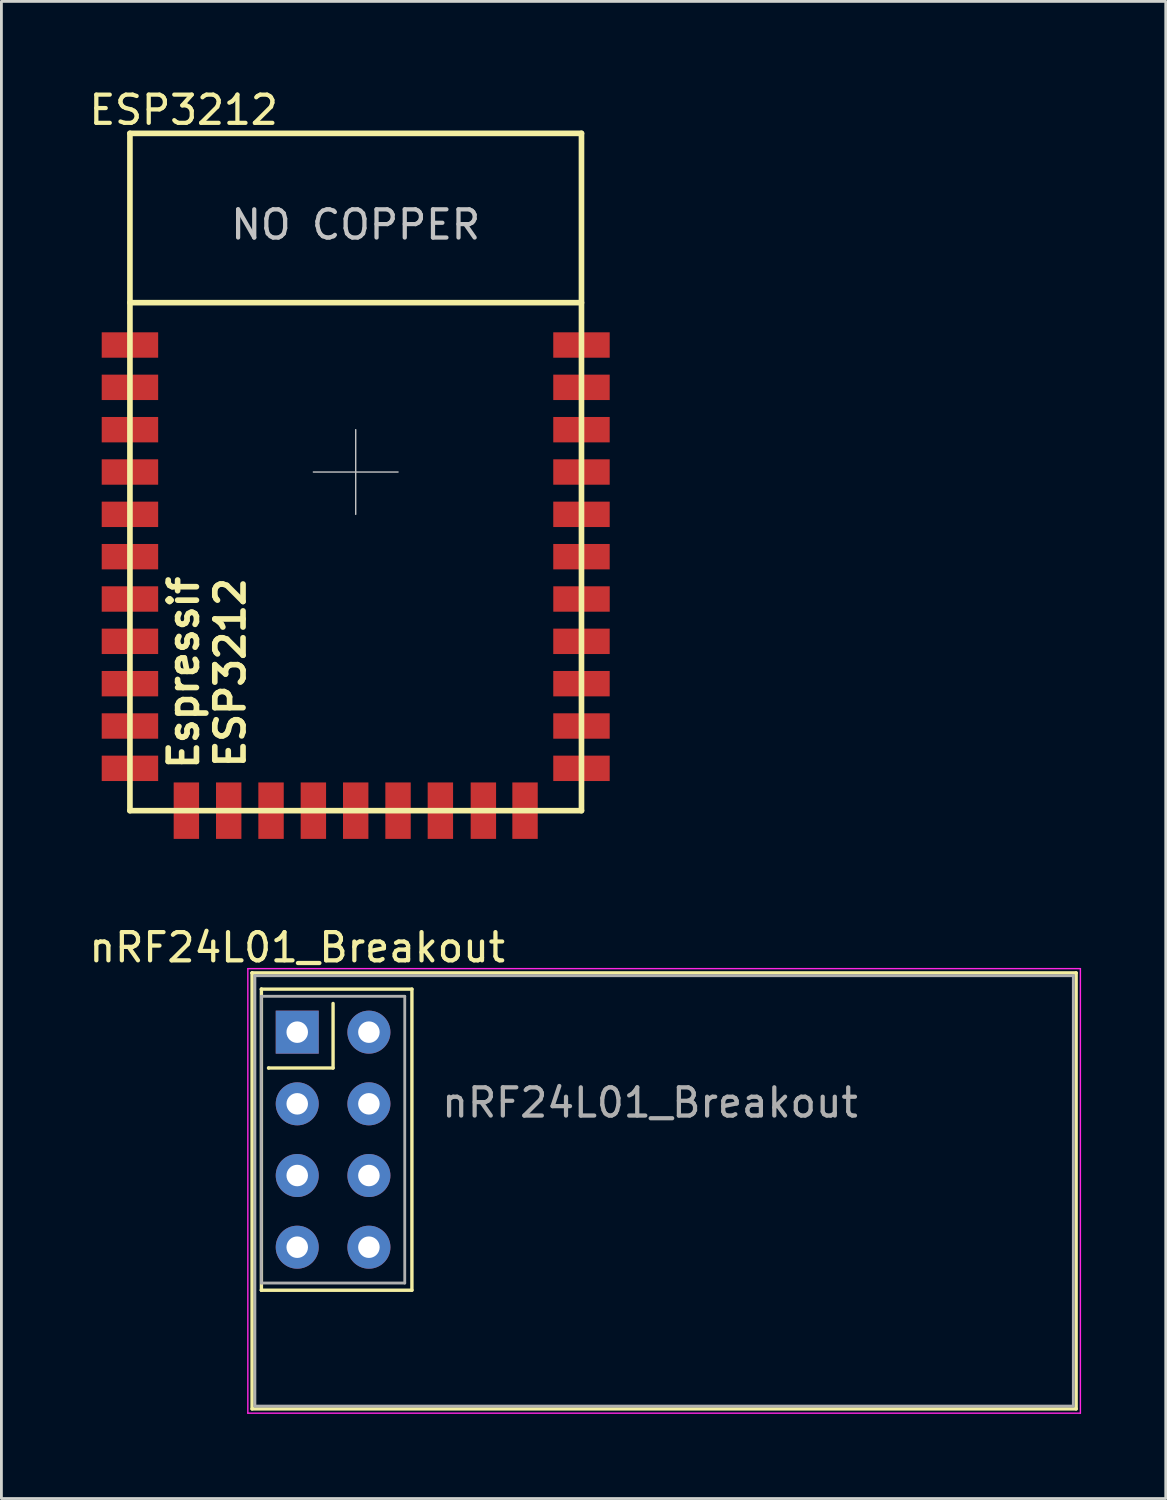
<source format=kicad_pcb>
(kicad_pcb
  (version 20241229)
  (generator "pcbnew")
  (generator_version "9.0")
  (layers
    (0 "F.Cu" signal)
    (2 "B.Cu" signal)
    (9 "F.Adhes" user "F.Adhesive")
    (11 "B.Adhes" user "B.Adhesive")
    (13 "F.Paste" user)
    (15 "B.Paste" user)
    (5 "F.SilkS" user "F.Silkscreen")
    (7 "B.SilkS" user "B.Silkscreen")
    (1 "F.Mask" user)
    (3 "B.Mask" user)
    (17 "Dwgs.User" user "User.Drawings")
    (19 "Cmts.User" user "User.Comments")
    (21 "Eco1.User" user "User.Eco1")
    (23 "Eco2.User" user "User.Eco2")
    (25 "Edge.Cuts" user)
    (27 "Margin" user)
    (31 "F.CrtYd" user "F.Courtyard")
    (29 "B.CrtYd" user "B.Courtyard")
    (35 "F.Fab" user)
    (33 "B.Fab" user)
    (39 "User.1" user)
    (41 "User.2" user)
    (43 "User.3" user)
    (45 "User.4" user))
  (footprint "nRF24L01_Breakout"
    (layer "F.Cu")
    (at 7.482 33.523)
    (property "Reference" "nRF24L01_Breakout" (at 0 -3 0) (layer "F.SilkS") (effects (font (size 1 1) (thickness 0.15))))
    (fp_line (start -1.6 -2.1) (end -1.6 -2.1) (stroke (width 0.12) (type solid)) (layer "F.SilkS"))
    (fp_line (start -1.6 -2.1) (end 27.6 -2.1) (stroke (width 0.12) (type solid)) (layer "F.SilkS"))
    (fp_line (start -1.6 13.35) (end -1.6 -2.1) (stroke (width 0.12) (type solid)) (layer "F.SilkS"))
    (fp_line (start -1.27 -1.524) (end -1.27 -1.524) (stroke (width 0.12) (type solid)) (layer "F.SilkS"))
    (fp_line (start -1.27 -1.524) (end 4.064 -1.524) (stroke (width 0.12) (type solid)) (layer "F.SilkS"))
    (fp_line (start -1.27 9.144) (end -1.27 -1.524) (stroke (width 0.12) (type solid)) (layer "F.SilkS"))
    (fp_line (start -1.27 9.144) (end -1.27 9.144) (stroke (width 0.12) (type solid)) (layer "F.SilkS"))
    (fp_line (start -1.016 1.27) (end -1.016 1.27) (stroke (width 0.12) (type solid)) (layer "F.SilkS"))
    (fp_line (start 1.27 -1.016) (end 1.27 1.27) (stroke (width 0.12) (type solid)) (layer "F.SilkS"))
    (fp_line (start 1.27 1.27) (end -1.016 1.27) (stroke (width 0.12) (type solid)) (layer "F.SilkS"))
    (fp_line (start 4.064 -1.524) (end 4.064 9.144) (stroke (width 0.12) (type solid)) (layer "F.SilkS"))
    (fp_line (start 4.064 9.144) (end -1.27 9.144) (stroke (width 0.12) (type solid)) (layer "F.SilkS"))
    (fp_line (start 27.6 -2.1) (end 27.6 13.35) (stroke (width 0.12) (type solid)) (layer "F.SilkS"))
    (fp_line (start 27.6 13.35) (end -1.6 13.35) (stroke (width 0.12) (type solid)) (layer "F.SilkS"))
    (fp_line (start -1.75 -2.25) (end -1.75 13.5) (stroke (width 0.05) (type solid)) (layer "F.CrtYd"))
    (fp_line (start -1.75 13.5) (end 27.75 13.5) (stroke (width 0.05) (type solid)) (layer "F.CrtYd"))
    (fp_line (start 27.75 -2.25) (end -1.75 -2.25) (stroke (width 0.05) (type solid)) (layer "F.CrtYd"))
    (fp_line (start 27.75 -2.25) (end 27.75 -2.25) (stroke (width 0.05) (type solid)) (layer "F.CrtYd"))
    (fp_line (start 27.75 13.5) (end 27.75 -2.25) (stroke (width 0.05) (type solid)) (layer "F.CrtYd"))
    (fp_line (start -1.5 -2) (end -1.5 -2) (stroke (width 0.1) (type solid)) (layer "F.Fab"))
    (fp_line (start -1.5 -2) (end 27.5 -2) (stroke (width 0.1) (type solid)) (layer "F.Fab"))
    (fp_line (start -1.5 13.25) (end -1.5 -2) (stroke (width 0.1) (type solid)) (layer "F.Fab"))
    (fp_line (start -1.27 -1.27) (end -1.27 -1.27) (stroke (width 0.1) (type solid)) (layer "F.Fab"))
    (fp_line (start -1.27 -1.27) (end 3.81 -1.27) (stroke (width 0.1) (type solid)) (layer "F.Fab"))
    (fp_line (start -1.27 8.89) (end -1.27 -1.27) (stroke (width 0.1) (type solid)) (layer "F.Fab"))
    (fp_line (start 3.81 -1.27) (end 3.81 8.89) (stroke (width 0.1) (type solid)) (layer "F.Fab"))
    (fp_line (start 3.81 8.89) (end -1.27 8.89) (stroke (width 0.1) (type solid)) (layer "F.Fab"))
    (fp_line (start 27.5 -2) (end 27.5 13.25) (stroke (width 0.1) (type solid)) (layer "F.Fab"))
    (fp_line (start 27.5 13.25) (end -1.5 13.25) (stroke (width 0.1) (type solid)) (layer "F.Fab"))
    (fp_text user "${REFERENCE}" (at 12.5 2.5 0) (layer "F.Fab") (effects (font (size 1 1) (thickness 0.15))))
    (pad "1" thru_hole rect (at 0 0) (size 1.524 1.524) (drill 0.762) (layers "*.Cu" "*.Mask"))
    (pad "2" thru_hole circle (at 2.54 0) (size 1.524 1.524) (drill 0.762) (layers "*.Cu" "*.Mask"))
    (pad "3" thru_hole circle (at 0 2.54) (size 1.524 1.524) (drill 0.762) (layers "*.Cu" "*.Mask"))
    (pad "4" thru_hole circle (at 2.54 2.54) (size 1.524 1.524) (drill 0.762) (layers "*.Cu" "*.Mask"))
    (pad "5" thru_hole circle (at 0 5.08) (size 1.524 1.524) (drill 0.762) (layers "*.Cu" "*.Mask"))
    (pad "6" thru_hole circle (at 2.54 5.08) (size 1.524 1.524) (drill 0.762) (layers "*.Cu" "*.Mask"))
    (pad "7" thru_hole circle (at 0 7.62) (size 1.524 1.524) (drill 0.762) (layers "*.Cu" "*.Mask"))
    (pad "8" thru_hole circle (at 2.54 7.62) (size 1.524 1.524) (drill 0.762) (layers "*.Cu" "*.Mask")))
  (footprint "ESP3212"
    (layer "F.Cu")
    (at 9.554 13.675)
    (property "Reference" "ESP3212" (at -6.096 -12.827 0) (layer "F.SilkS") (effects (font (size 1 1) (thickness 0.15))))
    (fp_line (start -8 -12) (end 8 -12) (stroke (width 0.2) (type solid)) (layer "F.SilkS"))
    (fp_line (start -8 -6) (end 8 -6) (stroke (width 0.2) (type solid)) (layer "F.SilkS"))
    (fp_line (start -8 12) (end -8 -12) (stroke (width 0.2) (type solid)) (layer "F.SilkS"))
    (fp_line (start 8 -12) (end 8 12) (stroke (width 0.2) (type solid)) (layer "F.SilkS"))
    (fp_line (start 8 12) (end -8 12) (stroke (width 0.2) (type solid)) (layer "F.SilkS"))
    (fp_line (start 0 -1.5) (end 0 1.5) (stroke (width 0.05) (type solid)) (layer "Dwgs.User"))
    (fp_line (start 1.5 0) (end -1.5 0) (stroke (width 0.05) (type solid)) (layer "Dwgs.User"))
    (fp_text user "Espressif" (at -6.096 7.112 90) (layer "F.SilkS") (effects (font (size 1 1) (thickness 0.2))))
    (fp_text user "ESP3212" (at -4.445 7.112 90) (layer "F.SilkS") (effects (font (size 1 1) (thickness 0.2))))
    (fp_text user "NO COPPER" (at 0 -8.763 0) (layer "Dwgs.User") (effects (font (size 1 1) (thickness 0.15))))
    (pad "1" smd rect (at -8 -4.5) (size 2 0.9) (layers "F.Cu" "F.Mask" "F.Paste"))
    (pad "2" smd rect (at -8 -3) (size 2 0.9) (layers "F.Cu" "F.Mask" "F.Paste"))
    (pad "3" smd rect (at -8 -1.5) (size 2 0.9) (layers "F.Cu" "F.Mask" "F.Paste"))
    (pad "4" smd rect (at -8 0) (size 2 0.9) (layers "F.Cu" "F.Mask" "F.Paste"))
    (pad "5" smd rect (at -8 1.5) (size 2 0.9) (layers "F.Cu" "F.Mask" "F.Paste"))
    (pad "6" smd rect (at -8 3) (size 2 0.9) (layers "F.Cu" "F.Mask" "F.Paste"))
    (pad "7" smd rect (at -8 4.5) (size 2 0.9) (layers "F.Cu" "F.Mask" "F.Paste"))
    (pad "8" smd rect (at -8 6) (size 2 0.9) (layers "F.Cu" "F.Mask" "F.Paste"))
    (pad "9" smd rect (at -8 7.5) (size 2 0.9) (layers "F.Cu" "F.Mask" "F.Paste"))
    (pad "10" smd rect (at -8 9) (size 2 0.9) (layers "F.Cu" "F.Mask" "F.Paste"))
    (pad "11" smd rect (at -8 10.5) (size 2 0.9) (layers "F.Cu" "F.Mask" "F.Paste"))
    (pad "12" smd rect (at -6 12) (size 0.9 2) (layers "F.Cu" "F.Mask" "F.Paste"))
    (pad "13" smd rect (at -4.5 12) (size 0.9 2) (layers "F.Cu" "F.Mask" "F.Paste"))
    (pad "14" smd rect (at -3 12) (size 0.9 2) (layers "F.Cu" "F.Mask" "F.Paste"))
    (pad "15" smd rect (at -1.5 12) (size 0.9 2) (layers "F.Cu" "F.Mask" "F.Paste"))
    (pad "16" smd rect (at 0 12) (size 0.9 2) (layers "F.Cu" "F.Mask" "F.Paste"))
    (pad "17" smd rect (at 1.5 12) (size 0.9 2) (layers "F.Cu" "F.Mask" "F.Paste"))
    (pad "18" smd rect (at 3 12) (size 0.9 2) (layers "F.Cu" "F.Mask" "F.Paste"))
    (pad "19" smd rect (at 4.524 12) (size 0.9 2) (layers "F.Cu" "F.Mask" "F.Paste"))
    (pad "20" smd rect (at 6 12) (size 0.9 2) (layers "F.Cu" "F.Mask" "F.Paste"))
    (pad "21" smd rect (at 8 10.5) (size 2 0.9) (layers "F.Cu" "F.Mask" "F.Paste"))
    (pad "22" smd rect (at 8 9) (size 2 0.9) (layers "F.Cu" "F.Mask" "F.Paste"))
    (pad "23" smd rect (at 8 7.5) (size 2 0.9) (layers "F.Cu" "F.Mask" "F.Paste"))
    (pad "24" smd rect (at 8 6) (size 2 0.9) (layers "F.Cu" "F.Mask" "F.Paste"))
    (pad "25" smd rect (at 8.001 4.5) (size 2 0.9) (layers "F.Cu" "F.Mask" "F.Paste"))
    (pad "26" smd rect (at 8 3) (size 2 0.9) (layers "F.Cu" "F.Mask" "F.Paste"))
    (pad "27" smd rect (at 8 1.5) (size 2 0.9) (layers "F.Cu" "F.Mask" "F.Paste"))
    (pad "28" smd rect (at 8 0) (size 2 0.9) (layers "F.Cu" "F.Mask" "F.Paste"))
    (pad "29" smd rect (at 8 -1.5) (size 2 0.9) (layers "F.Cu" "F.Mask" "F.Paste"))
    (pad "30" smd rect (at 8 -3) (size 2 0.9) (layers "F.Cu" "F.Mask" "F.Paste"))
    (pad "31" smd rect (at 8 -4.5) (size 2 0.9) (layers "F.Cu" "F.Mask" "F.Paste"))
    (zone (net_name "") (layers "F.Cu" "B.Cu") (hatch edge 0.508) (connect_pads) (min_thickness 0.254) (filled_areas_thickness no) (keepout (tracks not_allowed) (vias not_allowed) (pads not_allowed) (copperpour not_allowed) (footprints not_allowed)) (placement (enabled no)) (fill) (polygon (pts (xy 17.554 7.675) (xy 1.534 7.635) (xy 1.564 1.695) (xy 17.544 1.685)))))
  (gr_rect
    (start -3 -3)
    (end 38.257 50.048)
    (stroke (width 0.1) (type default))
    (fill no)
    (layer "Edge.Cuts")))
</source>
